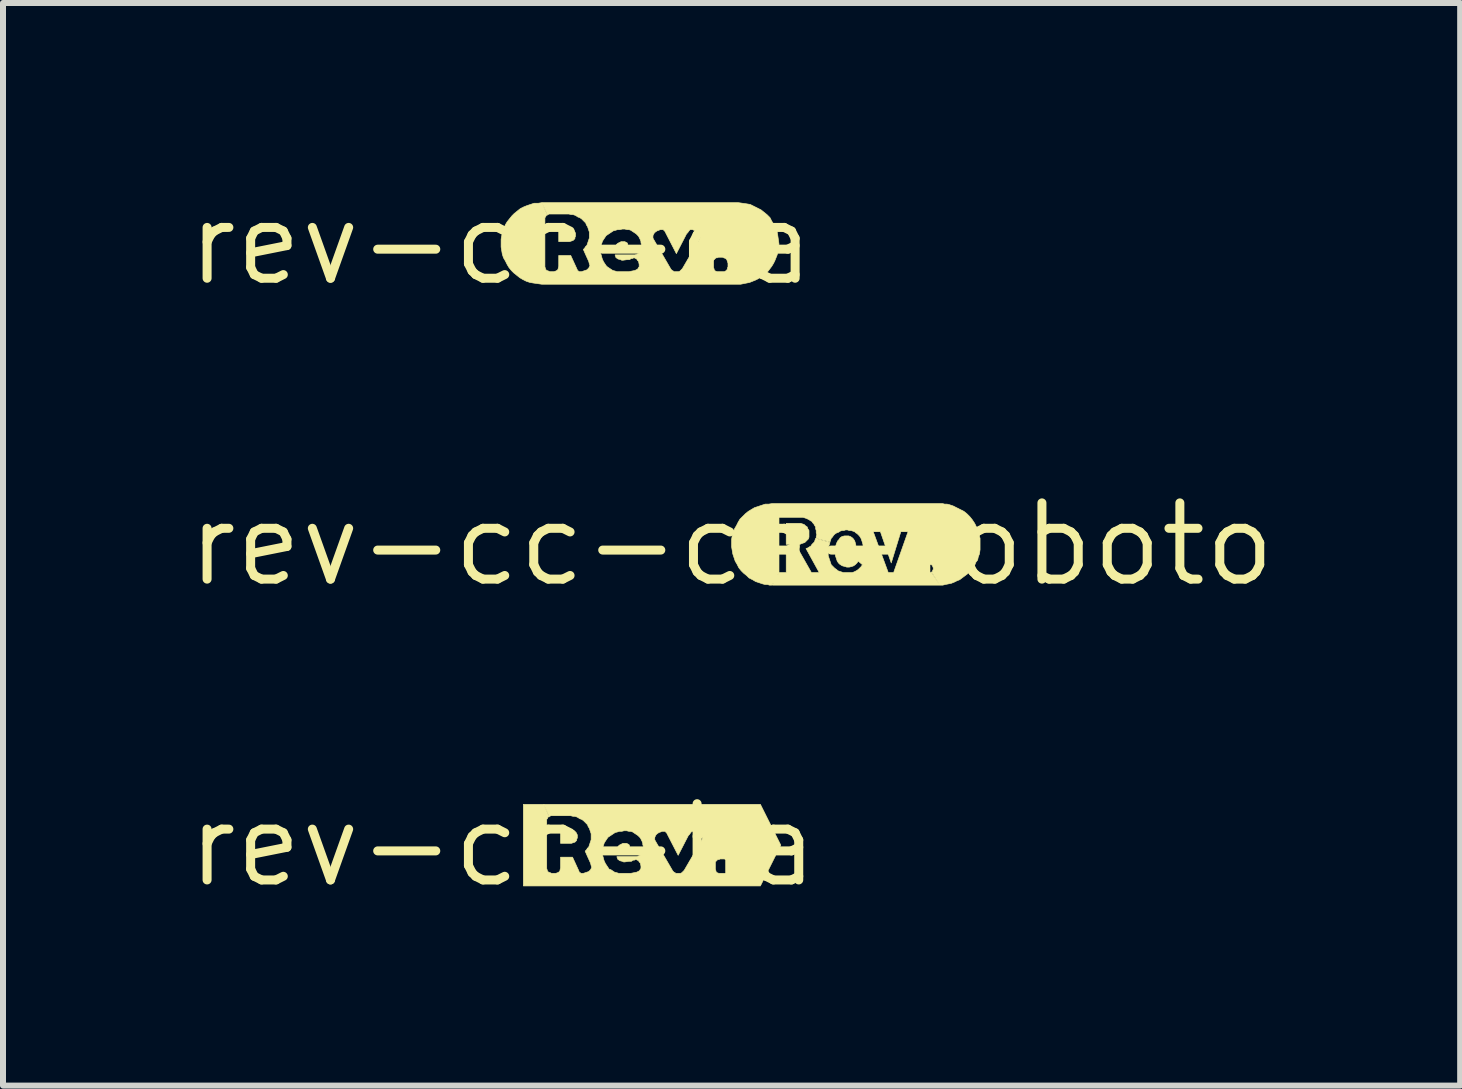
<source format=kicad_pcb>
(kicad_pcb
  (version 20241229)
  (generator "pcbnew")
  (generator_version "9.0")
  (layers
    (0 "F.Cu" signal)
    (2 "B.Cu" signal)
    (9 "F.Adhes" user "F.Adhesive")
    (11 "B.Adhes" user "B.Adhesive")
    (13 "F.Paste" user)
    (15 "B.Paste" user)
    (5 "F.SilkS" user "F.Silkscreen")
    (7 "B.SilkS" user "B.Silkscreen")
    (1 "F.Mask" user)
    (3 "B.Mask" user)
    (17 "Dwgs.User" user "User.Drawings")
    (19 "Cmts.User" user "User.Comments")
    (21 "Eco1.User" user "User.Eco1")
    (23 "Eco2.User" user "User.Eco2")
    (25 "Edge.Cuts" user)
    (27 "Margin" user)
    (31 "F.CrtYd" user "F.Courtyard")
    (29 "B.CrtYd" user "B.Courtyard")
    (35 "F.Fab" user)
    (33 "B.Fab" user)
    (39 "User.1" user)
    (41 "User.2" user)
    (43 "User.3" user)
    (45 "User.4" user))
  (footprint "rev-cc-ca"
    (layer "F.Cu")
    (at 5.299 1.006)
    (property "Reference" "rev-cc-ca" (at 0 0 0) (layer "F.SilkS") (effects (font (size 1.27 1.27) (thickness 0.15))))
    (attr board_only exclude_from_pos_files exclude_from_bom)
    (fp_poly (pts (xy 0.96 -0.03) (xy 1.14 -0.03) (xy 1.17 -0.04) (xy 1.2 -0.05) (xy 1.21 -0.06) (xy 1.23 -0.08) (xy 1.23 -0.1) (xy 1.24 -0.12) (xy 1.24 -0.14) (xy 1.24 -0.17) (xy 1.23 -0.19) (xy 1.22 -0.21) (xy 1.21 -0.22) (xy 1.19 -0.24) (xy 1.17 -0.25) (xy 1.14 -0.26) (xy 1.13 -0.26) (xy 0.96 -0.26) (xy 0.96 -0.03)) (stroke (width 0.01) (type solid)) (fill yes) (layer "F.SilkS"))
    (fp_poly (pts (xy 2.07 0.07) (xy 2.08 0.07) (xy 2.09 0.07) (xy 2.1 0.07) (xy 2.11 0.06) (xy 2.11 0.05) (xy 2.11 0.04) (xy 2.11 0.02) (xy 2.11 0.01) (xy 2.1 -0.01) (xy 2.08 -0.02) (xy 2.06 -0.03) (xy 2.03 -0.03) (xy 2 -0.03) (xy 1.98 -0.02) (xy 1.96 -0.01) (xy 1.94 0) (xy 1.92 0.02) (xy 1.91 0.04) (xy 1.91 0.06) (xy 1.9 0.07) (xy 2.07 0.07)) (stroke (width 0.01) (type solid)) (fill yes) (layer "F.SilkS"))
    (fp_poly (pts (xy 0.68 -0.68) (xy 0.62 -0.67) (xy 0.55 -0.67) (xy 0.49 -0.65) (xy 0.43 -0.63) (xy 0.38 -0.61) (xy 0.32 -0.58) (xy 0.27 -0.54) (xy 0.22 -0.5) (xy 0.18 -0.46) (xy 0.14 -0.41) (xy 0.1 -0.36) (xy 0.07 -0.31) (xy 0.05 -0.25) (xy 0.03 -0.19) (xy 0.01 -0.13) (xy 0 -0.07) (xy 0 -0.01) (xy 0 0.06) (xy 0.01 0.12) (xy 0.02 0.18) (xy 0.04 0.24) (xy 0.07 0.29) (xy 0.1 0.35) (xy 0.13 0.4) (xy 0.17 0.45) (xy 0.21 0.49) (xy 0.26 0.53) (xy 0.31 0.57) (xy 0.36 0.6) (xy 0.42 0.63) (xy 0.48 0.65) (xy 0.54 0.66) (xy 0.61 0.67) (xy 0.68 0.68) (xy 3.95 0.68) (xy 3.75 0.45) (xy 3.74 0.46) (xy 3.72 0.47) (xy 3.69 0.47) (xy 3.66 0.47) (xy 3.62 0.47) (xy 3.6 0.47) (xy 3.57 0.46) (xy 3.56 0.45) (xy 3.55 0.44) (xy 3.55 0.43) (xy 3.54 0.4) (xy 3.54 0.37) (xy 3.54 0.31) (xy 3.54 0.3) (xy 3.54 0.28) (xy 3.55 0.27) (xy 3.56 0.26) (xy 3.58 0.24) (xy 3.6 0.24) (xy 3.62 0.23) (xy 3.65 0.23) (xy 3.69 0.23) (xy 3.71 0.24) (xy 3.74 0.25) (xy 3.75 0.26) (xy 3.76 0.27) (xy 3.77 0.3) (xy 3.78 0.33) (xy 3.78 0.36) (xy 3.78 0.39) (xy 3.77 0.41) (xy 3.77 0.43) (xy 3.75 0.45) (xy 3.95 0.68) (xy 3.99 0.68) (xy 4.04 0.67) (xy 4.09 0.66) (xy 4.14 0.65) (xy 4.19 0.63) (xy 4.24 0.61) (xy 4.28 0.59) (xy 4.33 0.56) (xy 4.37 0.53) (xy 4.41 0.5) (xy 4.45 0.46) (xy 4.48 0.42) (xy 4.51 0.38) (xy 4.54 0.33) (xy 4.56 0.29) (xy 4.58 0.24) (xy 4.6 0.19) (xy 4.61 0.14) (xy 4.62 0.07) (xy 4.63 0.01) (xy 4.62 -0.06) (xy 4.61 -0.13) (xy 4.6 -0.19) (xy 4.58 -0.25) (xy 4.55 -0.31) (xy 4.51 -0.37) (xy 4.48 -0.43) (xy 4.43 -0.48) (xy 4.38 -0.52) (xy 4.33 -0.56) (xy 4.27 -0.59) (xy 4.21 -0.62) (xy 4.15 -0.65) (xy 4.09 -0.66) (xy 4.02 -0.67) (xy 3.95 -0.68) (xy 0.68 -0.68) (xy 0.77 -0.48) (xy 0.78 -0.48) (xy 0.8 -0.49) (xy 0.83 -0.49) (xy 1.13 -0.49) (xy 1.17 -0.48) (xy 1.2 -0.48) (xy 1.23 -0.47) (xy 1.25 -0.46) (xy 1.28 -0.44) (xy 1.31 -0.43) (xy 1.34 -0.41) (xy 1.36 -0.39) (xy 1.39 -0.36) (xy 1.41 -0.34) (xy 1.42 -0.31) (xy 1.44 -0.28) (xy 1.45 -0.25) (xy 1.46 -0.22) (xy 1.47 -0.19) (xy 1.47 -0.16) (xy 1.47 -0.13) (xy 1.47 -0.09) (xy 1.46 -0.06) (xy 1.45 -0.03) (xy 1.67 0.02) (xy 1.68 -0.01) (xy 1.69 -0.04) (xy 1.71 -0.07) (xy 1.73 -0.1) (xy 1.75 -0.13) (xy 1.78 -0.15) (xy 1.81 -0.17) (xy 1.84 -0.19) (xy 1.87 -0.21) (xy 1.91 -0.22) (xy 1.94 -0.23) (xy 1.98 -0.23) (xy 2.02 -0.24) (xy 2.06 -0.24) (xy 2.1 -0.23) (xy 2.13 -0.23) (xy 2.16 -0.22) (xy 2.19 -0.2) (xy 2.22 -0.18) (xy 2.25 -0.16) (xy 2.27 -0.14) (xy 2.29 -0.12) (xy 2.3 -0.1) (xy 2.32 -0.06) (xy 2.33 -0.03) (xy 2.53 -0.09) (xy 2.53 -0.11) (xy 2.53 -0.13) (xy 2.54 -0.15) (xy 2.55 -0.17) (xy 2.57 -0.19) (xy 2.6 -0.21) (xy 2.63 -0.22) (xy 2.65 -0.23) (xy 2.67 -0.23) (xy 2.7 -0.23) (xy 2.71 -0.22) (xy 2.73 -0.2) (xy 2.75 -0.16) (xy 2.92 0.17) (xy 3.09 -0.16) (xy 3.11 -0.18) (xy 3.13 -0.21) (xy 3.14 -0.22) (xy 3.15 -0.23) (xy 3.16 -0.23) (xy 3.18 -0.23) (xy 3.19 -0.23) (xy 3.21 -0.22) (xy 3.25 -0.2) (xy 3.27 -0.19) (xy 3.29 -0.17) (xy 3.31 -0.15) (xy 3.32 -0.14) (xy 3.32 -0.12) (xy 3.32 -0.1) (xy 3.31 -0.08) (xy 3.3 -0.06) (xy 3.02 0.42) (xy 3.01 0.43) (xy 3 0.44) (xy 2.98 0.46) (xy 2.96 0.47) (xy 2.94 0.47) (xy 2.92 0.47) (xy 2.9 0.47) (xy 2.88 0.47) (xy 2.87 0.46) (xy 2.85 0.45) (xy 2.83 0.43) (xy 2.54 -0.07) (xy 2.53 -0.09) (xy 2.33 -0.03) (xy 2.33 -0.01) (xy 2.34 0.02) (xy 2.34 0.12) (xy 2.3 0.16) (xy 2.28 0.17) (xy 2.26 0.18) (xy 2.23 0.19) (xy 2.21 0.19) (xy 1.9 0.19) (xy 1.9 0.2) (xy 1.91 0.22) (xy 1.91 0.23) (xy 1.92 0.24) (xy 1.95 0.26) (xy 1.99 0.27) (xy 2.01 0.28) (xy 2.03 0.28) (xy 2.1 0.27) (xy 2.14 0.27) (xy 2.17 0.25) (xy 2.19 0.25) (xy 2.21 0.24) (xy 2.22 0.24) (xy 2.24 0.25) (xy 2.26 0.26) (xy 2.27 0.28) (xy 2.29 0.3) (xy 2.3 0.35) (xy 2.3 0.36) (xy 2.3 0.38) (xy 2.3 0.39) (xy 2.29 0.4) (xy 2.28 0.42) (xy 2.27 0.43) (xy 2.25 0.44) (xy 2.23 0.45) (xy 2.18 0.46) (xy 2.13 0.47) (xy 2.06 0.47) (xy 2.01 0.47) (xy 1.97 0.47) (xy 1.93 0.47) (xy 1.9 0.46) (xy 1.86 0.45) (xy 1.83 0.43) (xy 1.8 0.41) (xy 1.77 0.39) (xy 1.75 0.37) (xy 1.73 0.34) (xy 1.71 0.31) (xy 1.69 0.27) (xy 1.68 0.24) (xy 1.67 0.2) (xy 1.66 0.17) (xy 1.66 0.13) (xy 1.66 0.09) (xy 1.66 0.06) (xy 1.67 0.02) (xy 1.45 -0.03) (xy 1.44 0) (xy 1.43 0.03) (xy 1.41 0.05) (xy 1.39 0.08) (xy 1.37 0.1) (xy 1.41 0.19) (xy 1.46 0.3) (xy 1.47 0.34) (xy 1.48 0.37) (xy 1.47 0.39) (xy 1.46 0.41) (xy 1.45 0.42) (xy 1.43 0.44) (xy 1.37 0.46) (xy 1.34 0.47) (xy 1.33 0.47) (xy 1.31 0.47) (xy 1.3 0.47) (xy 1.29 0.46) (xy 1.27 0.45) (xy 1.27 0.44) (xy 1.16 0.2) (xy 0.96 0.2) (xy 0.96 0.38) (xy 0.95 0.42) (xy 0.95 0.43) (xy 0.94 0.44) (xy 0.93 0.45) (xy 0.91 0.46) (xy 0.88 0.47) (xy 0.85 0.47) (xy 0.81 0.47) (xy 0.79 0.46) (xy 0.76 0.45) (xy 0.75 0.44) (xy 0.74 0.43) (xy 0.74 0.42) (xy 0.73 0.39) (xy 0.73 0.36) (xy 0.73 -0.42) (xy 0.73 -0.43) (xy 0.74 -0.44) (xy 0.75 -0.46) (xy 0.75 -0.47) (xy 0.77 -0.47) (xy 0.68 -0.68)) (stroke (width 0.01) (type solid)) (fill yes) (layer "F.SilkS")))
  (footprint "rev-cc-ca-roboto"
    (layer "F.Cu")
    (at 9.139 6.019)
    (property "Reference" "rev-cc-ca-roboto" (at 0 0 0) (layer "F.SilkS") (effects (font (size 1.27 1.27) (thickness 0.15))))
    (attr board_only exclude_from_pos_files exclude_from_bom)
    (fp_poly (pts (xy 1.91 -0.14) (xy 1.88 -0.14) (xy 1.84 -0.13) (xy 1.81 -0.11) (xy 1.79 -0.08) (xy 1.77 -0.06) (xy 1.75 -0.02) (xy 1.74 0.01) (xy 1.73 0.05) (xy 2.07 0.05) (xy 2.07 0.01) (xy 2.06 -0.03) (xy 2.05 -0.06) (xy 2.03 -0.09) (xy 2.01 -0.11) (xy 1.98 -0.13) (xy 1.95 -0.14) (xy 1.91 -0.14)) (stroke (width 0.01) (type solid)) (fill yes) (layer "F.SilkS"))
    (fp_poly (pts (xy 0.91 0) (xy 1.1 0) (xy 1.14 0) (xy 1.16 -0.01) (xy 1.19 -0.02) (xy 1.22 -0.03) (xy 1.24 -0.05) (xy 1.26 -0.07) (xy 1.28 -0.09) (xy 1.29 -0.12) (xy 1.29 -0.15) (xy 1.29 -0.2) (xy 1.29 -0.23) (xy 1.27 -0.26) (xy 1.26 -0.29) (xy 1.23 -0.31) (xy 1.21 -0.33) (xy 1.18 -0.34) (xy 1.15 -0.35) (xy 1.1 -0.35) (xy 0.91 -0.35) (xy 0.91 0)) (stroke (width 0.01) (type solid)) (fill yes) (layer "F.SilkS"))
    (fp_poly (pts (xy 0.68 -0.68) (xy 0.62 -0.67) (xy 0.56 -0.67) (xy 0.5 -0.65) (xy 0.44 -0.63) (xy 0.38 -0.61) (xy 0.33 -0.58) (xy 0.28 -0.55) (xy 0.23 -0.51) (xy 0.18 -0.46) (xy 0.14 -0.42) (xy 0.11 -0.37) (xy 0.08 -0.31) (xy 0.05 -0.26) (xy 0.03 -0.2) (xy 0.01 -0.14) (xy 0 -0.08) (xy 0 -0.02) (xy 0 0.04) (xy 0.01 0.1) (xy 0.02 0.16) (xy 0.04 0.22) (xy 0.06 0.28) (xy 0.09 0.33) (xy 0.12 0.39) (xy 0.16 0.44) (xy 0.2 0.48) (xy 0.25 0.52) (xy 0.29 0.56) (xy 0.35 0.59) (xy 0.4 0.62) (xy 0.46 0.64) (xy 0.52 0.66) (xy 0.56 0.67) (xy 0.6 0.67) (xy 0.63 0.68) (xy 0.67 0.68) (xy 0.79 0.47) (xy 0.79 -0.45) (xy 1.1 -0.45) (xy 1.15 -0.45) (xy 1.19 -0.45) (xy 1.25 -0.43) (xy 1.27 -0.42) (xy 1.29 -0.41) (xy 1.32 -0.39) (xy 1.34 -0.38) (xy 1.35 -0.36) (xy 1.37 -0.34) (xy 1.38 -0.32) (xy 1.4 -0.29) (xy 1.4 -0.26) (xy 1.41 -0.23) (xy 1.41 -0.19) (xy 1.42 -0.16) (xy 1.41 -0.13) (xy 1.41 -0.1) (xy 1.64 -0.04) (xy 1.65 -0.07) (xy 1.66 -0.1) (xy 1.68 -0.12) (xy 1.7 -0.15) (xy 1.72 -0.17) (xy 1.75 -0.19) (xy 1.78 -0.2) (xy 1.81 -0.22) (xy 1.84 -0.23) (xy 1.87 -0.23) (xy 1.9 -0.24) (xy 1.93 -0.24) (xy 1.96 -0.23) (xy 1.99 -0.23) (xy 2.02 -0.22) (xy 2.05 -0.21) (xy 2.07 -0.19) (xy 2.09 -0.18) (xy 2.11 -0.16) (xy 2.13 -0.14) (xy 2.15 -0.11) (xy 2.36 -0.21) (xy 2.48 -0.21) (xy 2.66 0.31) (xy 2.82 -0.21) (xy 2.94 -0.21) (xy 2.7 0.47) (xy 2.61 0.47) (xy 2.36 -0.21) (xy 2.15 -0.11) (xy 2.16 -0.09) (xy 2.17 -0.06) (xy 2.18 -0.03) (xy 2.19 0.01) (xy 2.19 0.04) (xy 2.19 0.08) (xy 2.19 0.15) (xy 1.73 0.15) (xy 1.73 0.19) (xy 1.74 0.22) (xy 1.75 0.25) (xy 1.76 0.28) (xy 1.78 0.31) (xy 1.8 0.33) (xy 1.83 0.35) (xy 1.85 0.36) (xy 1.89 0.37) (xy 1.92 0.38) (xy 1.96 0.38) (xy 2 0.37) (xy 2.03 0.36) (xy 2.06 0.34) (xy 2.09 0.31) (xy 2.11 0.28) (xy 2.18 0.34) (xy 2.16 0.37) (xy 2.13 0.4) (xy 2.11 0.42) (xy 2.08 0.44) (xy 2.04 0.46) (xy 2.01 0.47) (xy 1.97 0.47) (xy 1.92 0.47) (xy 1.89 0.47) (xy 1.86 0.47) (xy 1.83 0.46) (xy 1.8 0.45) (xy 1.77 0.44) (xy 1.75 0.42) (xy 1.72 0.4) (xy 1.7 0.38) (xy 1.68 0.36) (xy 1.66 0.34) (xy 1.65 0.31) (xy 1.64 0.28) (xy 1.63 0.25) (xy 1.62 0.22) (xy 1.61 0.19) (xy 1.61 0.15) (xy 1.61 0.1) (xy 1.61 0.07) (xy 1.62 0.03) (xy 1.63 0) (xy 1.64 -0.03) (xy 1.4 -0.1) (xy 1.39 -0.07) (xy 1.38 -0.04) (xy 1.36 -0.02) (xy 1.34 0) (xy 1.32 0.03) (xy 1.3 0.04) (xy 1.27 0.06) (xy 1.24 0.07) (xy 1.46 0.47) (xy 1.33 0.47) (xy 1.12 0.1) (xy 0.91 0.1) (xy 0.91 0.47) (xy 0.79 0.47) (xy 0.68 0.68) (xy 3.47 0.68) (xy 3.33 0.47) (xy 3.32 0.47) (xy 3.3 0.47) (xy 3.29 0.47) (xy 3.27 0.47) (xy 3.26 0.47) (xy 3.25 0.46) (xy 3.24 0.46) (xy 3.23 0.45) (xy 3.22 0.43) (xy 3.22 0.42) (xy 3.22 0.41) (xy 3.22 0.39) (xy 3.22 0.37) (xy 3.23 0.36) (xy 3.24 0.35) (xy 3.25 0.34) (xy 3.26 0.34) (xy 3.27 0.33) (xy 3.29 0.33) (xy 3.3 0.33) (xy 3.32 0.34) (xy 3.33 0.34) (xy 3.34 0.35) (xy 3.35 0.36) (xy 3.35 0.37) (xy 3.36 0.39) (xy 3.36 0.41) (xy 3.36 0.42) (xy 3.35 0.43) (xy 3.35 0.45) (xy 3.34 0.46) (xy 3.33 0.46) (xy 3.47 0.68) (xy 3.52 0.68) (xy 3.56 0.67) (xy 3.61 0.66) (xy 3.66 0.65) (xy 3.71 0.63) (xy 3.75 0.61) (xy 3.8 0.59) (xy 3.84 0.56) (xy 3.88 0.53) (xy 3.92 0.5) (xy 3.96 0.47) (xy 3.99 0.43) (xy 4.02 0.39) (xy 4.05 0.35) (xy 4.07 0.3) (xy 4.1 0.26) (xy 4.11 0.21) (xy 4.13 0.16) (xy 4.14 0.09) (xy 4.14 0.03) (xy 4.14 -0.04) (xy 4.14 -0.1) (xy 4.12 -0.17) (xy 4.1 -0.23) (xy 4.08 -0.29) (xy 4.05 -0.35) (xy 4.01 -0.41) (xy 3.97 -0.46) (xy 3.92 -0.51) (xy 3.87 -0.55) (xy 3.81 -0.58) (xy 3.75 -0.61) (xy 3.69 -0.64) (xy 3.63 -0.66) (xy 3.59 -0.67) (xy 3.55 -0.67) (xy 3.51 -0.68) (xy 3.47 -0.68) (xy 0.68 -0.68)) (stroke (width 0.01) (type solid)) (fill yes) (layer "F.SilkS")))
  (footprint "rev-cc-ha"
    (layer "F.Cu")
    (at 5.329 11.031)
    (property "Reference" "rev-cc-ha" (at 0 0 0) (layer "F.SilkS") (effects (font (size 1.27 1.27) (thickness 0.15))))
    (attr board_only exclude_from_pos_files exclude_from_bom)
    (fp_poly (pts (xy 0.96 -0.03) (xy 1.14 -0.03) (xy 1.17 -0.04) (xy 1.2 -0.05) (xy 1.21 -0.06) (xy 1.23 -0.08) (xy 1.23 -0.1) (xy 1.24 -0.12) (xy 1.24 -0.14) (xy 1.24 -0.17) (xy 1.23 -0.19) (xy 1.22 -0.21) (xy 1.21 -0.22) (xy 1.19 -0.24) (xy 1.17 -0.25) (xy 1.14 -0.26) (xy 1.13 -0.26) (xy 0.96 -0.26) (xy 0.96 -0.03)) (stroke (width 0.01) (type solid)) (fill yes) (layer "F.SilkS"))
    (fp_poly (pts (xy 2.07 0.07) (xy 2.08 0.07) (xy 2.09 0.07) (xy 2.1 0.07) (xy 2.11 0.06) (xy 2.11 0.05) (xy 2.11 0.04) (xy 2.11 0.02) (xy 2.11 0.01) (xy 2.1 -0.01) (xy 2.08 -0.02) (xy 2.06 -0.03) (xy 2.03 -0.03) (xy 2 -0.03) (xy 1.98 -0.02) (xy 1.96 -0.01) (xy 1.94 0) (xy 1.92 0.02) (xy 1.91 0.04) (xy 1.91 0.06) (xy 1.9 0.07) (xy 2.07 0.07)) (stroke (width 0.01) (type solid)) (fill yes) (layer "F.SilkS"))
    (fp_poly (pts (xy 0.68 -0.68) (xy 0.34 -0.68) (xy 0.34 0.68) (xy 4.29 0.68) (xy 4.63 0) (xy 4.29 -0.68) (xy 0.68 -0.68) (xy 0.77 -0.48) (xy 0.78 -0.48) (xy 0.8 -0.49) (xy 0.83 -0.49) (xy 1.13 -0.49) (xy 1.17 -0.48) (xy 1.2 -0.48) (xy 1.23 -0.47) (xy 1.25 -0.46) (xy 1.28 -0.44) (xy 1.31 -0.43) (xy 1.34 -0.41) (xy 1.36 -0.39) (xy 1.39 -0.36) (xy 1.41 -0.34) (xy 1.42 -0.31) (xy 1.44 -0.28) (xy 1.45 -0.25) (xy 1.46 -0.22) (xy 1.47 -0.19) (xy 1.47 -0.16) (xy 1.47 -0.13) (xy 1.47 -0.09) (xy 1.46 -0.06) (xy 1.45 -0.03) (xy 1.67 0.02) (xy 1.68 -0.01) (xy 1.69 -0.04) (xy 1.71 -0.07) (xy 1.73 -0.1) (xy 1.75 -0.13) (xy 1.78 -0.15) (xy 1.81 -0.17) (xy 1.84 -0.19) (xy 1.87 -0.21) (xy 1.91 -0.22) (xy 1.94 -0.23) (xy 1.98 -0.23) (xy 2.02 -0.24) (xy 2.06 -0.24) (xy 2.1 -0.23) (xy 2.13 -0.23) (xy 2.16 -0.22) (xy 2.19 -0.2) (xy 2.22 -0.18) (xy 2.25 -0.16) (xy 2.27 -0.14) (xy 2.29 -0.12) (xy 2.3 -0.1) (xy 2.32 -0.06) (xy 2.33 -0.03) (xy 2.53 -0.09) (xy 2.53 -0.11) (xy 2.53 -0.13) (xy 2.54 -0.15) (xy 2.55 -0.17) (xy 2.57 -0.19) (xy 2.6 -0.21) (xy 2.63 -0.22) (xy 2.65 -0.23) (xy 2.67 -0.23) (xy 2.7 -0.23) (xy 2.71 -0.22) (xy 2.73 -0.2) (xy 2.75 -0.16) (xy 2.92 0.17) (xy 3.09 -0.16) (xy 3.11 -0.18) (xy 3.13 -0.21) (xy 3.14 -0.22) (xy 3.15 -0.23) (xy 3.16 -0.23) (xy 3.18 -0.23) (xy 3.19 -0.23) (xy 3.21 -0.22) (xy 3.25 -0.2) (xy 3.27 -0.19) (xy 3.29 -0.17) (xy 3.31 -0.15) (xy 3.32 -0.14) (xy 3.32 -0.12) (xy 3.32 -0.1) (xy 3.31 -0.08) (xy 3.3 -0.06) (xy 3.56 0.26) (xy 3.58 0.24) (xy 3.6 0.24) (xy 3.62 0.23) (xy 3.65 0.23) (xy 3.69 0.23) (xy 3.71 0.24) (xy 3.74 0.25) (xy 3.75 0.26) (xy 3.76 0.27) (xy 3.77 0.3) (xy 3.78 0.33) (xy 3.78 0.36) (xy 3.78 0.39) (xy 3.77 0.41) (xy 3.77 0.43) (xy 3.75 0.45) (xy 3.74 0.46) (xy 3.72 0.47) (xy 3.69 0.47) (xy 3.66 0.47) (xy 3.62 0.47) (xy 3.6 0.47) (xy 3.57 0.46) (xy 3.56 0.45) (xy 3.55 0.44) (xy 3.55 0.43) (xy 3.54 0.4) (xy 3.54 0.37) (xy 3.54 0.31) (xy 3.54 0.3) (xy 3.54 0.28) (xy 3.55 0.27) (xy 3.56 0.26) (xy 3.3 -0.06) (xy 3.02 0.42) (xy 3.01 0.43) (xy 3 0.44) (xy 2.98 0.46) (xy 2.96 0.47) (xy 2.94 0.47) (xy 2.92 0.47) (xy 2.9 0.47) (xy 2.88 0.47) (xy 2.87 0.46) (xy 2.85 0.45) (xy 2.83 0.43) (xy 2.54 -0.07) (xy 2.53 -0.09) (xy 2.33 -0.03) (xy 2.33 -0.01) (xy 2.34 0.02) (xy 2.34 0.12) (xy 2.3 0.16) (xy 2.28 0.17) (xy 2.26 0.18) (xy 2.23 0.19) (xy 2.21 0.19) (xy 1.9 0.19) (xy 1.9 0.2) (xy 1.91 0.22) (xy 1.91 0.23) (xy 1.92 0.24) (xy 1.95 0.26) (xy 1.99 0.27) (xy 2.01 0.28) (xy 2.03 0.28) (xy 2.1 0.27) (xy 2.14 0.27) (xy 2.17 0.25) (xy 2.19 0.25) (xy 2.21 0.24) (xy 2.22 0.24) (xy 2.24 0.25) (xy 2.26 0.26) (xy 2.27 0.28) (xy 2.29 0.3) (xy 2.3 0.35) (xy 2.3 0.36) (xy 2.3 0.38) (xy 2.3 0.39) (xy 2.29 0.4) (xy 2.28 0.42) (xy 2.27 0.43) (xy 2.25 0.44) (xy 2.23 0.45) (xy 2.18 0.46) (xy 2.13 0.47) (xy 2.06 0.47) (xy 2.01 0.47) (xy 1.97 0.47) (xy 1.93 0.47) (xy 1.9 0.46) (xy 1.86 0.45) (xy 1.83 0.43) (xy 1.8 0.41) (xy 1.77 0.4) (xy 1.75 0.37) (xy 1.73 0.34) (xy 1.71 0.31) (xy 1.69 0.27) (xy 1.68 0.24) (xy 1.67 0.2) (xy 1.66 0.17) (xy 1.66 0.13) (xy 1.66 0.09) (xy 1.66 0.06) (xy 1.67 0.02) (xy 1.45 -0.03) (xy 1.44 0) (xy 1.43 0.03) (xy 1.41 0.05) (xy 1.39 0.08) (xy 1.37 0.1) (xy 1.41 0.19) (xy 1.46 0.3) (xy 1.47 0.34) (xy 1.48 0.37) (xy 1.47 0.39) (xy 1.46 0.41) (xy 1.45 0.42) (xy 1.43 0.44) (xy 1.37 0.46) (xy 1.34 0.47) (xy 1.33 0.47) (xy 1.31 0.47) (xy 1.3 0.47) (xy 1.29 0.46) (xy 1.27 0.45) (xy 1.27 0.44) (xy 1.16 0.2) (xy 0.96 0.2) (xy 0.96 0.38) (xy 0.95 0.42) (xy 0.95 0.43) (xy 0.94 0.44) (xy 0.93 0.45) (xy 0.91 0.46) (xy 0.88 0.47) (xy 0.85 0.47) (xy 0.81 0.47) (xy 0.79 0.46) (xy 0.76 0.45) (xy 0.75 0.44) (xy 0.74 0.43) (xy 0.74 0.42) (xy 0.73 0.39) (xy 0.73 0.36) (xy 0.73 -0.42) (xy 0.73 -0.43) (xy 0.74 -0.44) (xy 0.75 -0.46) (xy 0.75 -0.47) (xy 0.77 -0.47) (xy 0.68 -0.68)) (stroke (width 0.01) (type solid)) (fill yes) (layer "F.SilkS")))
  (gr_rect
    (start -3 -3)
    (end 21.278 15.037)
    (stroke (width 0.1) (type default))
    (fill no)
    (layer "Edge.Cuts")))
</source>
